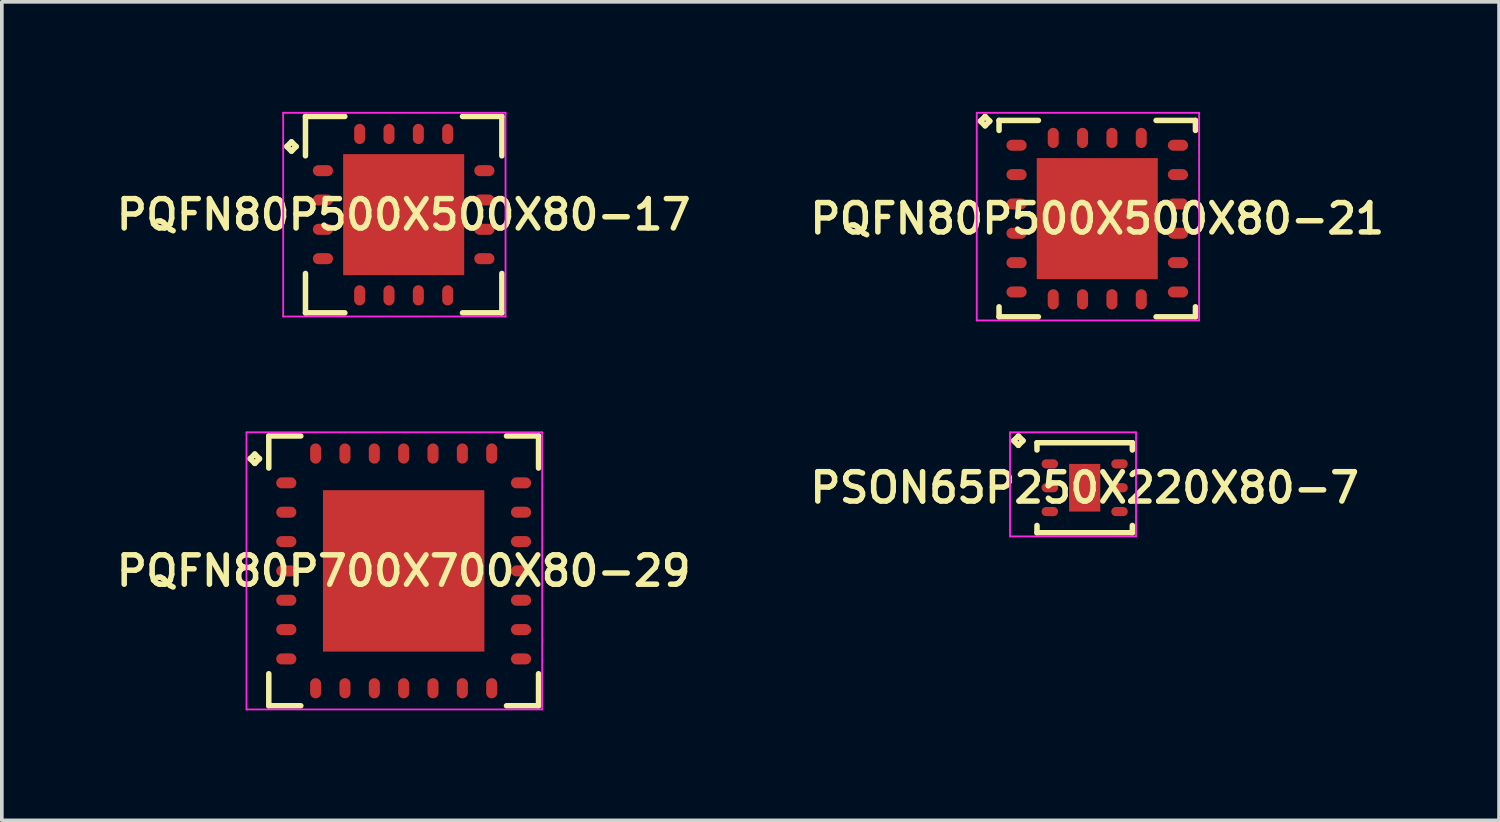
<source format=kicad_pcb>
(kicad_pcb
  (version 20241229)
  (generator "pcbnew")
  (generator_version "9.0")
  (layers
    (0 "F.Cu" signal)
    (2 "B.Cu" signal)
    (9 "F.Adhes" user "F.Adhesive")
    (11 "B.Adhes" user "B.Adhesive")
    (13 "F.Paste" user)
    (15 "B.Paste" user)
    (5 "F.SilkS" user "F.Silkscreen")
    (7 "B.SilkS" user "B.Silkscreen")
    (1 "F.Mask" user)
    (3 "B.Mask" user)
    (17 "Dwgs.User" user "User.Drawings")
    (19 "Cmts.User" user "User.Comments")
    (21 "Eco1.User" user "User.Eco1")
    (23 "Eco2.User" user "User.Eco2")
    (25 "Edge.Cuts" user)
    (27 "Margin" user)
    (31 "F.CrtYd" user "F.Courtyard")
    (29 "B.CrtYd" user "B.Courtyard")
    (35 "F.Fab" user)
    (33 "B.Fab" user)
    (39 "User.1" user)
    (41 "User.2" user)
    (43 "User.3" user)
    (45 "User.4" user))
  (footprint "PQFN80P500X500X80-21"
    (layer "F.Cu")
    (at 26.864 2.91)
    (property "Reference" "PQFN80P500X500X80-21" (at 0 0 0) (layer "F.SilkS") (effects (font (size 0.8 0.8) (thickness 0.15))))
    (attr smd)
    (fp_line (start -3.185 -2.658) (end -3.058 -2.785) (stroke (width 0.15) (type solid)) (layer "F.SilkS"))
    (fp_line (start -3.058 -2.785) (end -2.931 -2.658) (stroke (width 0.15) (type solid)) (layer "F.SilkS"))
    (fp_line (start -3.058 -2.531) (end -3.185 -2.658) (stroke (width 0.15) (type solid)) (layer "F.SilkS"))
    (fp_line (start -2.931 -2.658) (end -3.058 -2.531) (stroke (width 0.15) (type solid)) (layer "F.SilkS"))
    (fp_line (start -2.677 -2.677) (end -1.604 -2.677) (stroke (width 0.15) (type solid)) (layer "F.SilkS"))
    (fp_line (start -2.677 -2.404) (end -2.677 -2.677) (stroke (width 0.15) (type solid)) (layer "F.SilkS"))
    (fp_line (start -2.677 2.404) (end -2.677 2.677) (stroke (width 0.15) (type solid)) (layer "F.SilkS"))
    (fp_line (start -2.677 2.677) (end -1.604 2.677) (stroke (width 0.15) (type solid)) (layer "F.SilkS"))
    (fp_line (start 1.604 -2.677) (end 2.677 -2.677) (stroke (width 0.15) (type solid)) (layer "F.SilkS"))
    (fp_line (start 1.604 2.677) (end 2.677 2.677) (stroke (width 0.15) (type solid)) (layer "F.SilkS"))
    (fp_line (start 2.677 -2.677) (end 2.677 -2.404) (stroke (width 0.15) (type solid)) (layer "F.SilkS"))
    (fp_line (start 2.677 2.677) (end 2.677 2.404) (stroke (width 0.15) (type solid)) (layer "F.SilkS"))
    (fp_line (start -3.285 -2.885) (end 2.777 -2.885) (stroke (width 0.05) (type solid)) (layer "F.CrtYd"))
    (fp_line (start -3.285 2.777) (end -3.285 -2.885) (stroke (width 0.05) (type solid)) (layer "F.CrtYd"))
    (fp_line (start 2.777 -2.885) (end 2.777 2.777) (stroke (width 0.05) (type solid)) (layer "F.CrtYd"))
    (fp_line (start 2.777 2.777) (end -3.285 2.777) (stroke (width 0.05) (type solid)) (layer "F.CrtYd"))
    (pad "1" smd oval (at -2.2 -2) (size 0.55 0.3) (layers "F.Cu" "F.Mask" "F.Paste"))
    (pad "2" smd oval (at -2.2 -1.2) (size 0.55 0.3) (layers "F.Cu" "F.Mask" "F.Paste"))
    (pad "3" smd oval (at -2.2 -0.4) (size 0.55 0.3) (layers "F.Cu" "F.Mask" "F.Paste"))
    (pad "4" smd oval (at -2.2 0.4) (size 0.55 0.3) (layers "F.Cu" "F.Mask" "F.Paste"))
    (pad "5" smd oval (at -2.2 1.2) (size 0.55 0.3) (layers "F.Cu" "F.Mask" "F.Paste"))
    (pad "6" smd oval (at -2.2 2) (size 0.55 0.3) (layers "F.Cu" "F.Mask" "F.Paste"))
    (pad "7" smd oval (at -1.2 2.2) (size 0.3 0.55) (layers "F.Cu" "F.Mask" "F.Paste"))
    (pad "8" smd oval (at -0.4 2.2) (size 0.3 0.55) (layers "F.Cu" "F.Mask" "F.Paste"))
    (pad "9" smd oval (at 0.4 2.2) (size 0.3 0.55) (layers "F.Cu" "F.Mask" "F.Paste"))
    (pad "10" smd oval (at 1.2 2.2) (size 0.3 0.55) (layers "F.Cu" "F.Mask" "F.Paste"))
    (pad "11" smd oval (at 2.2 2) (size 0.55 0.3) (layers "F.Cu" "F.Mask" "F.Paste"))
    (pad "12" smd oval (at 2.2 1.2) (size 0.55 0.3) (layers "F.Cu" "F.Mask" "F.Paste"))
    (pad "13" smd oval (at 2.2 0.4) (size 0.55 0.3) (layers "F.Cu" "F.Mask" "F.Paste"))
    (pad "14" smd oval (at 2.2 -0.4) (size 0.55 0.3) (layers "F.Cu" "F.Mask" "F.Paste"))
    (pad "15" smd oval (at 2.2 -1.2) (size 0.55 0.3) (layers "F.Cu" "F.Mask" "F.Paste"))
    (pad "16" smd oval (at 2.2 -2) (size 0.55 0.3) (layers "F.Cu" "F.Mask" "F.Paste"))
    (pad "17" smd oval (at 1.2 -2.2) (size 0.3 0.55) (layers "F.Cu" "F.Mask" "F.Paste"))
    (pad "18" smd oval (at 0.4 -2.2) (size 0.3 0.55) (layers "F.Cu" "F.Mask" "F.Paste"))
    (pad "19" smd oval (at -0.4 -2.2) (size 0.3 0.55) (layers "F.Cu" "F.Mask" "F.Paste"))
    (pad "20" smd oval (at -1.2 -2.2) (size 0.3 0.55) (layers "F.Cu" "F.Mask" "F.Paste"))
    (pad "21" smd rect (at 0 0) (size 3.3 3.3) (layers "F.Cu" "F.Mask" "F.Paste")))
  (footprint "PQFN80P700X700X80-29"
    (layer "F.Cu")
    (at 7.955 12.514)
    (property "Reference" "PQFN80P700X700X80-29" (at 0 0 0) (layer "F.SilkS") (effects (font (size 0.8 0.8) (thickness 0.15))))
    (attr smd)
    (fp_line (start -4.185 -3.058) (end -4.058 -3.185) (stroke (width 0.15) (type solid)) (layer "F.SilkS"))
    (fp_line (start -4.058 -3.185) (end -3.931 -3.058) (stroke (width 0.15) (type solid)) (layer "F.SilkS"))
    (fp_line (start -4.058 -2.931) (end -4.185 -3.058) (stroke (width 0.15) (type solid)) (layer "F.SilkS"))
    (fp_line (start -3.931 -3.058) (end -4.058 -2.931) (stroke (width 0.15) (type solid)) (layer "F.SilkS"))
    (fp_line (start -3.677 -3.677) (end -2.804 -3.677) (stroke (width 0.15) (type solid)) (layer "F.SilkS"))
    (fp_line (start -3.677 -2.804) (end -3.677 -3.677) (stroke (width 0.15) (type solid)) (layer "F.SilkS"))
    (fp_line (start -3.677 2.804) (end -3.677 3.677) (stroke (width 0.15) (type solid)) (layer "F.SilkS"))
    (fp_line (start -3.677 3.677) (end -2.804 3.677) (stroke (width 0.15) (type solid)) (layer "F.SilkS"))
    (fp_line (start 2.804 -3.677) (end 3.677 -3.677) (stroke (width 0.15) (type solid)) (layer "F.SilkS"))
    (fp_line (start 2.804 3.677) (end 3.677 3.677) (stroke (width 0.15) (type solid)) (layer "F.SilkS"))
    (fp_line (start 3.677 -3.677) (end 3.677 -2.804) (stroke (width 0.15) (type solid)) (layer "F.SilkS"))
    (fp_line (start 3.677 3.677) (end 3.677 2.804) (stroke (width 0.15) (type solid)) (layer "F.SilkS"))
    (fp_line (start -4.285 -3.777) (end 3.777 -3.777) (stroke (width 0.05) (type solid)) (layer "F.CrtYd"))
    (fp_line (start -4.285 3.777) (end -4.285 -3.777) (stroke (width 0.05) (type solid)) (layer "F.CrtYd"))
    (fp_line (start 3.777 -3.777) (end 3.777 3.777) (stroke (width 0.05) (type solid)) (layer "F.CrtYd"))
    (fp_line (start 3.777 3.777) (end -4.285 3.777) (stroke (width 0.05) (type solid)) (layer "F.CrtYd"))
    (pad "1" smd oval (at -3.2 -2.4) (size 0.55 0.3) (layers "F.Cu" "F.Mask" "F.Paste"))
    (pad "2" smd oval (at -3.2 -1.6) (size 0.55 0.3) (layers "F.Cu" "F.Mask" "F.Paste"))
    (pad "3" smd oval (at -3.2 -0.8) (size 0.55 0.3) (layers "F.Cu" "F.Mask" "F.Paste"))
    (pad "4" smd oval (at -3.2 0) (size 0.55 0.3) (layers "F.Cu" "F.Mask" "F.Paste"))
    (pad "5" smd oval (at -3.2 0.8) (size 0.55 0.3) (layers "F.Cu" "F.Mask" "F.Paste"))
    (pad "6" smd oval (at -3.2 1.6) (size 0.55 0.3) (layers "F.Cu" "F.Mask" "F.Paste"))
    (pad "7" smd oval (at -3.2 2.4) (size 0.55 0.3) (layers "F.Cu" "F.Mask" "F.Paste"))
    (pad "8" smd oval (at -2.4 3.2) (size 0.3 0.55) (layers "F.Cu" "F.Mask" "F.Paste"))
    (pad "9" smd oval (at -1.6 3.2) (size 0.3 0.55) (layers "F.Cu" "F.Mask" "F.Paste"))
    (pad "10" smd oval (at -0.8 3.2) (size 0.3 0.55) (layers "F.Cu" "F.Mask" "F.Paste"))
    (pad "11" smd oval (at 0 3.2) (size 0.3 0.55) (layers "F.Cu" "F.Mask" "F.Paste"))
    (pad "12" smd oval (at 0.8 3.2) (size 0.3 0.55) (layers "F.Cu" "F.Mask" "F.Paste"))
    (pad "13" smd oval (at 1.6 3.2) (size 0.3 0.55) (layers "F.Cu" "F.Mask" "F.Paste"))
    (pad "14" smd oval (at 2.4 3.2) (size 0.3 0.55) (layers "F.Cu" "F.Mask" "F.Paste"))
    (pad "15" smd oval (at 3.2 2.4) (size 0.55 0.3) (layers "F.Cu" "F.Mask" "F.Paste"))
    (pad "16" smd oval (at 3.2 1.6) (size 0.55 0.3) (layers "F.Cu" "F.Mask" "F.Paste"))
    (pad "17" smd oval (at 3.2 0.8) (size 0.55 0.3) (layers "F.Cu" "F.Mask" "F.Paste"))
    (pad "18" smd oval (at 3.2 0) (size 0.55 0.3) (layers "F.Cu" "F.Mask" "F.Paste"))
    (pad "19" smd oval (at 3.2 -0.8) (size 0.55 0.3) (layers "F.Cu" "F.Mask" "F.Paste"))
    (pad "20" smd oval (at 3.2 -1.6) (size 0.55 0.3) (layers "F.Cu" "F.Mask" "F.Paste"))
    (pad "21" smd oval (at 3.2 -2.4) (size 0.55 0.3) (layers "F.Cu" "F.Mask" "F.Paste"))
    (pad "22" smd oval (at 2.4 -3.2) (size 0.3 0.55) (layers "F.Cu" "F.Mask" "F.Paste"))
    (pad "23" smd oval (at 1.6 -3.2) (size 0.3 0.55) (layers "F.Cu" "F.Mask" "F.Paste"))
    (pad "24" smd oval (at 0.8 -3.2) (size 0.3 0.55) (layers "F.Cu" "F.Mask" "F.Paste"))
    (pad "25" smd oval (at 0 -3.2) (size 0.3 0.55) (layers "F.Cu" "F.Mask" "F.Paste"))
    (pad "26" smd oval (at -0.8 -3.2) (size 0.3 0.55) (layers "F.Cu" "F.Mask" "F.Paste"))
    (pad "27" smd oval (at -1.6 -3.2) (size 0.3 0.55) (layers "F.Cu" "F.Mask" "F.Paste"))
    (pad "28" smd oval (at -2.4 -3.2) (size 0.3 0.55) (layers "F.Cu" "F.Mask" "F.Paste"))
    (pad "29" smd rect (at 0 0) (size 4.4 4.4) (layers "F.Cu" "F.Mask" "F.Paste")))
  (footprint "PQFN80P500X500X80-17"
    (layer "F.Cu")
    (at 7.955 2.802)
    (property "Reference" "PQFN80P500X500X80-17" (at 0 0 0) (layer "F.SilkS") (effects (font (size 0.8 0.8) (thickness 0.15))))
    (attr smd)
    (fp_line (start -3.185 -1.858) (end -3.058 -1.985) (stroke (width 0.15) (type solid)) (layer "F.SilkS"))
    (fp_line (start -3.058 -1.985) (end -2.931 -1.858) (stroke (width 0.15) (type solid)) (layer "F.SilkS"))
    (fp_line (start -3.058 -1.731) (end -3.185 -1.858) (stroke (width 0.15) (type solid)) (layer "F.SilkS"))
    (fp_line (start -2.931 -1.858) (end -3.058 -1.731) (stroke (width 0.15) (type solid)) (layer "F.SilkS"))
    (fp_line (start -2.677 -2.677) (end -1.604 -2.677) (stroke (width 0.15) (type solid)) (layer "F.SilkS"))
    (fp_line (start -2.677 -1.604) (end -2.677 -2.677) (stroke (width 0.15) (type solid)) (layer "F.SilkS"))
    (fp_line (start -2.677 1.604) (end -2.677 2.677) (stroke (width 0.15) (type solid)) (layer "F.SilkS"))
    (fp_line (start -2.677 2.677) (end -1.604 2.677) (stroke (width 0.15) (type solid)) (layer "F.SilkS"))
    (fp_line (start 1.604 -2.677) (end 2.677 -2.677) (stroke (width 0.15) (type solid)) (layer "F.SilkS"))
    (fp_line (start 1.604 2.677) (end 2.677 2.677) (stroke (width 0.15) (type solid)) (layer "F.SilkS"))
    (fp_line (start 2.677 -2.677) (end 2.677 -1.604) (stroke (width 0.15) (type solid)) (layer "F.SilkS"))
    (fp_line (start 2.677 2.677) (end 2.677 1.604) (stroke (width 0.15) (type solid)) (layer "F.SilkS"))
    (fp_line (start -3.285 -2.777) (end 2.777 -2.777) (stroke (width 0.05) (type solid)) (layer "F.CrtYd"))
    (fp_line (start -3.285 2.777) (end -3.285 -2.777) (stroke (width 0.05) (type solid)) (layer "F.CrtYd"))
    (fp_line (start 2.777 -2.777) (end 2.777 2.777) (stroke (width 0.05) (type solid)) (layer "F.CrtYd"))
    (fp_line (start 2.777 2.777) (end -3.285 2.777) (stroke (width 0.05) (type solid)) (layer "F.CrtYd"))
    (pad "1" smd oval (at -2.2 -1.2) (size 0.55 0.3) (layers "F.Cu" "F.Mask" "F.Paste"))
    (pad "2" smd oval (at -2.2 -0.4) (size 0.55 0.3) (layers "F.Cu" "F.Mask" "F.Paste"))
    (pad "3" smd oval (at -2.2 0.4) (size 0.55 0.3) (layers "F.Cu" "F.Mask" "F.Paste"))
    (pad "4" smd oval (at -2.2 1.2) (size 0.55 0.3) (layers "F.Cu" "F.Mask" "F.Paste"))
    (pad "5" smd oval (at -1.2 2.2) (size 0.3 0.55) (layers "F.Cu" "F.Mask" "F.Paste"))
    (pad "6" smd oval (at -0.4 2.2) (size 0.3 0.55) (layers "F.Cu" "F.Mask" "F.Paste"))
    (pad "7" smd oval (at 0.4 2.2) (size 0.3 0.55) (layers "F.Cu" "F.Mask" "F.Paste"))
    (pad "8" smd oval (at 1.2 2.2) (size 0.3 0.55) (layers "F.Cu" "F.Mask" "F.Paste"))
    (pad "9" smd oval (at 2.2 1.2) (size 0.55 0.3) (layers "F.Cu" "F.Mask" "F.Paste"))
    (pad "10" smd oval (at 2.2 0.4) (size 0.55 0.3) (layers "F.Cu" "F.Mask" "F.Paste"))
    (pad "11" smd oval (at 2.2 -0.4) (size 0.55 0.3) (layers "F.Cu" "F.Mask" "F.Paste"))
    (pad "12" smd oval (at 2.2 -1.2) (size 0.55 0.3) (layers "F.Cu" "F.Mask" "F.Paste"))
    (pad "13" smd oval (at 1.2 -2.2) (size 0.3 0.55) (layers "F.Cu" "F.Mask" "F.Paste"))
    (pad "14" smd oval (at 0.4 -2.2) (size 0.3 0.55) (layers "F.Cu" "F.Mask" "F.Paste"))
    (pad "15" smd oval (at -0.4 -2.2) (size 0.3 0.55) (layers "F.Cu" "F.Mask" "F.Paste"))
    (pad "16" smd oval (at -1.2 -2.2) (size 0.3 0.55) (layers "F.Cu" "F.Mask" "F.Paste"))
    (pad "17" smd rect (at 0 0) (size 3.3 3.3) (layers "F.Cu" "F.Mask" "F.Paste")))
  (footprint "PSON65P250X220X80-7"
    (layer "F.Cu")
    (at 26.521 10.247)
    (property "Reference" "PSON65P250X220X80-7" (at 0 0 0) (layer "F.SilkS") (effects (font (size 0.8 0.8) (thickness 0.15))))
    (attr smd)
    (fp_line (start -1.935 -1.283) (end -1.808 -1.41) (stroke (width 0.15) (type solid)) (layer "F.SilkS"))
    (fp_line (start -1.808 -1.41) (end -1.681 -1.283) (stroke (width 0.15) (type solid)) (layer "F.SilkS"))
    (fp_line (start -1.808 -1.156) (end -1.935 -1.283) (stroke (width 0.15) (type solid)) (layer "F.SilkS"))
    (fp_line (start -1.681 -1.283) (end -1.808 -1.156) (stroke (width 0.15) (type solid)) (layer "F.SilkS"))
    (fp_line (start -1.3 -1.227) (end 1.3 -1.227) (stroke (width 0.15) (type solid)) (layer "F.SilkS"))
    (fp_line (start -1.3 -1.029) (end -1.3 -1.227) (stroke (width 0.15) (type solid)) (layer "F.SilkS"))
    (fp_line (start -1.3 1.029) (end -1.3 1.227) (stroke (width 0.15) (type solid)) (layer "F.SilkS"))
    (fp_line (start -1.3 1.227) (end 1.3 1.227) (stroke (width 0.15) (type solid)) (layer "F.SilkS"))
    (fp_line (start 1.3 -1.227) (end 1.3 -1.029) (stroke (width 0.15) (type solid)) (layer "F.SilkS"))
    (fp_line (start 1.3 1.227) (end 1.3 1.029) (stroke (width 0.15) (type solid)) (layer "F.SilkS"))
    (fp_line (start -2.035 -1.51) (end 1.4 -1.51) (stroke (width 0.05) (type solid)) (layer "F.CrtYd"))
    (fp_line (start -2.035 1.327) (end -2.035 -1.51) (stroke (width 0.05) (type solid)) (layer "F.CrtYd"))
    (fp_line (start 1.4 -1.51) (end 1.4 1.327) (stroke (width 0.05) (type solid)) (layer "F.CrtYd"))
    (fp_line (start 1.4 1.327) (end -2.035 1.327) (stroke (width 0.05) (type solid)) (layer "F.CrtYd"))
    (pad "1" smd oval (at -0.95 -0.65) (size 0.45 0.25) (layers "F.Cu" "F.Mask" "F.Paste"))
    (pad "2" smd oval (at -0.95 0) (size 0.45 0.25) (layers "F.Cu" "F.Mask" "F.Paste"))
    (pad "3" smd oval (at -0.95 0.65) (size 0.45 0.25) (layers "F.Cu" "F.Mask" "F.Paste"))
    (pad "4" smd oval (at 0.95 0.65) (size 0.45 0.25) (layers "F.Cu" "F.Mask" "F.Paste"))
    (pad "5" smd oval (at 0.95 0) (size 0.45 0.25) (layers "F.Cu" "F.Mask" "F.Paste"))
    (pad "6" smd oval (at 0.95 -0.65) (size 0.45 0.25) (layers "F.Cu" "F.Mask" "F.Paste"))
    (pad "7" smd rect (at 0 0) (size 0.85 1.3) (layers "F.Cu" "F.Mask" "F.Paste")))
  (gr_rect
    (start -3 -3)
    (end 37.818 19.316)
    (stroke (width 0.1) (type default))
    (fill no)
    (layer "Edge.Cuts")))
</source>
